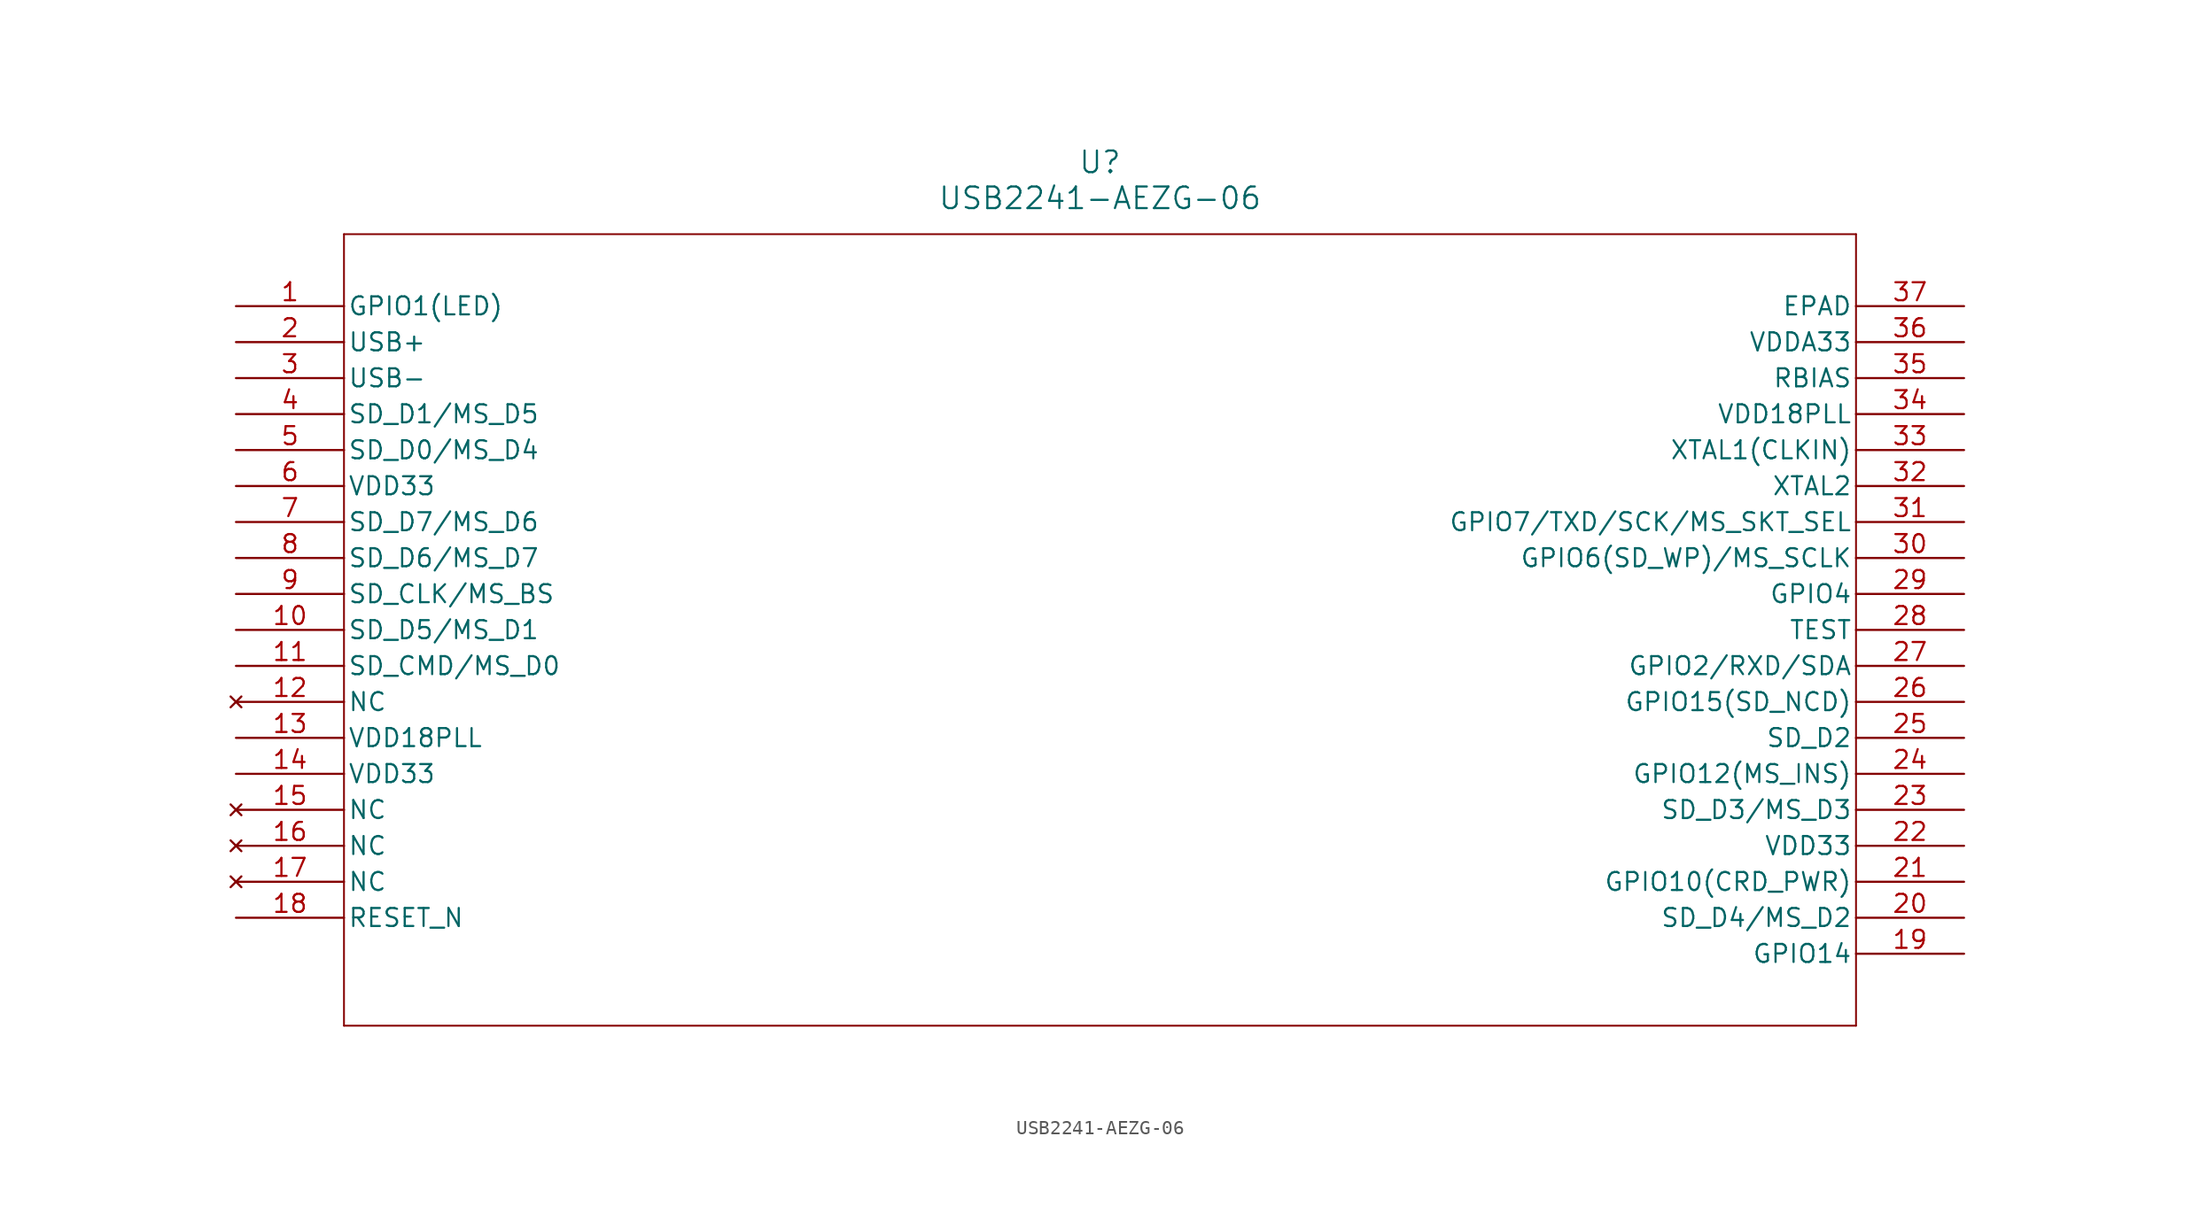
<source format=kicad_sym>
(kicad_symbol_lib
  (version 20211014)
  (generator kicad_symbol_editor)
  (symbol "USB2241-AEZG-06"
    (pin_names
      (offset 0.254))
    (property "Reference" "U"
      (at 60.96 10.16 0)
      (effects (font (size 1.524 1.524))))
    (property "Value" "USB2241-AEZG-06"
      (at 60.96 7.62 0)
      (effects (font (size 1.524 1.524))))
    (symbol "USB2241-AEZG-06_0_1"
      (polyline (pts (xy 7.62 5.08) (xy 7.62 -50.8)) (stroke (width 0.127) (type default) (color 0 0 0 0)) (fill (type none)))
      (polyline (pts (xy 7.62 -50.8) (xy 114.3 -50.8)) (stroke (width 0.127) (type default) (color 0 0 0 0)) (fill (type none)))
      (polyline (pts (xy 114.3 -50.8) (xy 114.3 5.08)) (stroke (width 0.127) (type default) (color 0 0 0 0)) (fill (type none)))
      (polyline (pts (xy 114.3 5.08) (xy 7.62 5.08)) (stroke (width 0.127) (type default) (color 0 0 0 0)) (fill (type none)))
      (pin bidirectional line (at 0 0 0) (length 7.62) (name "GPIO1(LED)" (effects (font (size 1.27 1.27)))) (number "1" (effects (font (size 1.27 1.27)))))
      (pin unspecified line (at 0 -2.54 0) (length 7.62) (name "USB+" (effects (font (size 1.27 1.27)))) (number "2" (effects (font (size 1.27 1.27)))))
      (pin unspecified line (at 0 -5.08 0) (length 7.62) (name "USB-" (effects (font (size 1.27 1.27)))) (number "3" (effects (font (size 1.27 1.27)))))
      (pin bidirectional line (at 0 -7.62 0) (length 7.62) (name "SD_D1/MS_D5" (effects (font (size 1.27 1.27)))) (number "4" (effects (font (size 1.27 1.27)))))
      (pin bidirectional line (at 0 -10.16 0) (length 7.62) (name "SD_D0/MS_D4" (effects (font (size 1.27 1.27)))) (number "5" (effects (font (size 1.27 1.27)))))
      (pin power_in line (at 0 -12.7 0) (length 7.62) (name "VDD33" (effects (font (size 1.27 1.27)))) (number "6" (effects (font (size 1.27 1.27)))))
      (pin bidirectional line (at 0 -15.24 0) (length 7.62) (name "SD_D7/MS_D6" (effects (font (size 1.27 1.27)))) (number "7" (effects (font (size 1.27 1.27)))))
      (pin bidirectional line (at 0 -17.78 0) (length 7.62) (name "SD_D6/MS_D7" (effects (font (size 1.27 1.27)))) (number "8" (effects (font (size 1.27 1.27)))))
      (pin bidirectional line (at 0 -20.32 0) (length 7.62) (name "SD_CLK/MS_BS" (effects (font (size 1.27 1.27)))) (number "9" (effects (font (size 1.27 1.27)))))
      (pin bidirectional line (at 0 -22.86 0) (length 7.62) (name "SD_D5/MS_D1" (effects (font (size 1.27 1.27)))) (number "10" (effects (font (size 1.27 1.27)))))
      (pin bidirectional line (at 0 -25.4 0) (length 7.62) (name "SD_CMD/MS_D0" (effects (font (size 1.27 1.27)))) (number "11" (effects (font (size 1.27 1.27)))))
      (pin no_connect line (at 0 -27.94 0) (length 7.62) (name "NC" (effects (font (size 1.27 1.27)))) (number "12" (effects (font (size 1.27 1.27)))))
      (pin power_in line (at 0 -30.48 0) (length 7.62) (name "VDD18PLL" (effects (font (size 1.27 1.27)))) (number "13" (effects (font (size 1.27 1.27)))))
      (pin power_in line (at 0 -33.02 0) (length 7.62) (name "VDD33" (effects (font (size 1.27 1.27)))) (number "14" (effects (font (size 1.27 1.27)))))
      (pin no_connect line (at 0 -35.56 0) (length 7.62) (name "NC" (effects (font (size 1.27 1.27)))) (number "15" (effects (font (size 1.27 1.27)))))
      (pin no_connect line (at 0 -38.1 0) (length 7.62) (name "NC" (effects (font (size 1.27 1.27)))) (number "16" (effects (font (size 1.27 1.27)))))
      (pin no_connect line (at 0 -40.64 0) (length 7.62) (name "NC" (effects (font (size 1.27 1.27)))) (number "17" (effects (font (size 1.27 1.27)))))
      (pin unspecified line (at 0 -43.18 0) (length 7.62) (name "RESET_N" (effects (font (size 1.27 1.27)))) (number "18" (effects (font (size 1.27 1.27)))))
      (pin bidirectional line (at 121.92 -45.72 180) (length 7.62) (name "GPIO14" (effects (font (size 1.27 1.27)))) (number "19" (effects (font (size 1.27 1.27)))))
      (pin bidirectional line (at 121.92 -43.18 180) (length 7.62) (name "SD_D4/MS_D2" (effects (font (size 1.27 1.27)))) (number "20" (effects (font (size 1.27 1.27)))))
      (pin bidirectional line (at 121.92 -40.64 180) (length 7.62) (name "GPIO10(CRD_PWR)" (effects (font (size 1.27 1.27)))) (number "21" (effects (font (size 1.27 1.27)))))
      (pin power_in line (at 121.92 -38.1 180) (length 7.62) (name "VDD33" (effects (font (size 1.27 1.27)))) (number "22" (effects (font (size 1.27 1.27)))))
      (pin bidirectional line (at 121.92 -35.56 180) (length 7.62) (name "SD_D3/MS_D3" (effects (font (size 1.27 1.27)))) (number "23" (effects (font (size 1.27 1.27)))))
      (pin bidirectional line (at 121.92 -33.02 180) (length 7.62) (name "GPIO12(MS_INS)" (effects (font (size 1.27 1.27)))) (number "24" (effects (font (size 1.27 1.27)))))
      (pin bidirectional line (at 121.92 -30.48 180) (length 7.62) (name "SD_D2" (effects (font (size 1.27 1.27)))) (number "25" (effects (font (size 1.27 1.27)))))
      (pin bidirectional line (at 121.92 -27.94 180) (length 7.62) (name "GPIO15(SD_NCD)" (effects (font (size 1.27 1.27)))) (number "26" (effects (font (size 1.27 1.27)))))
      (pin bidirectional line (at 121.92 -25.4 180) (length 7.62) (name "GPIO2/RXD/SDA" (effects (font (size 1.27 1.27)))) (number "27" (effects (font (size 1.27 1.27)))))
      (pin unspecified line (at 121.92 -22.86 180) (length 7.62) (name "TEST" (effects (font (size 1.27 1.27)))) (number "28" (effects (font (size 1.27 1.27)))))
      (pin bidirectional line (at 121.92 -20.32 180) (length 7.62) (name "GPIO4" (effects (font (size 1.27 1.27)))) (number "29" (effects (font (size 1.27 1.27)))))
      (pin bidirectional line (at 121.92 -17.78 180) (length 7.62) (name "GPIO6(SD_WP)/MS_SCLK" (effects (font (size 1.27 1.27)))) (number "30" (effects (font (size 1.27 1.27)))))
      (pin bidirectional line (at 121.92 -15.24 180) (length 7.62) (name "GPIO7/TXD/SCK/MS_SKT_SEL" (effects (font (size 1.27 1.27)))) (number "31" (effects (font (size 1.27 1.27)))))
      (pin unspecified line (at 121.92 -12.7 180) (length 7.62) (name "XTAL2" (effects (font (size 1.27 1.27)))) (number "32" (effects (font (size 1.27 1.27)))))
      (pin unspecified line (at 121.92 -10.16 180) (length 7.62) (name "XTAL1(CLKIN)" (effects (font (size 1.27 1.27)))) (number "33" (effects (font (size 1.27 1.27)))))
      (pin power_in line (at 121.92 -7.62 180) (length 7.62) (name "VDD18PLL" (effects (font (size 1.27 1.27)))) (number "34" (effects (font (size 1.27 1.27)))))
      (pin unspecified line (at 121.92 -5.08 180) (length 7.62) (name "RBIAS" (effects (font (size 1.27 1.27)))) (number "35" (effects (font (size 1.27 1.27)))))
      (pin power_in line (at 121.92 -2.54 180) (length 7.62) (name "VDDA33" (effects (font (size 1.27 1.27)))) (number "36" (effects (font (size 1.27 1.27)))))
      (pin unspecified line (at 121.92 0 180) (length 7.62) (name "EPAD" (effects (font (size 1.27 1.27)))) (number "37" (effects (font (size 1.27 1.27))))))))
</source>
